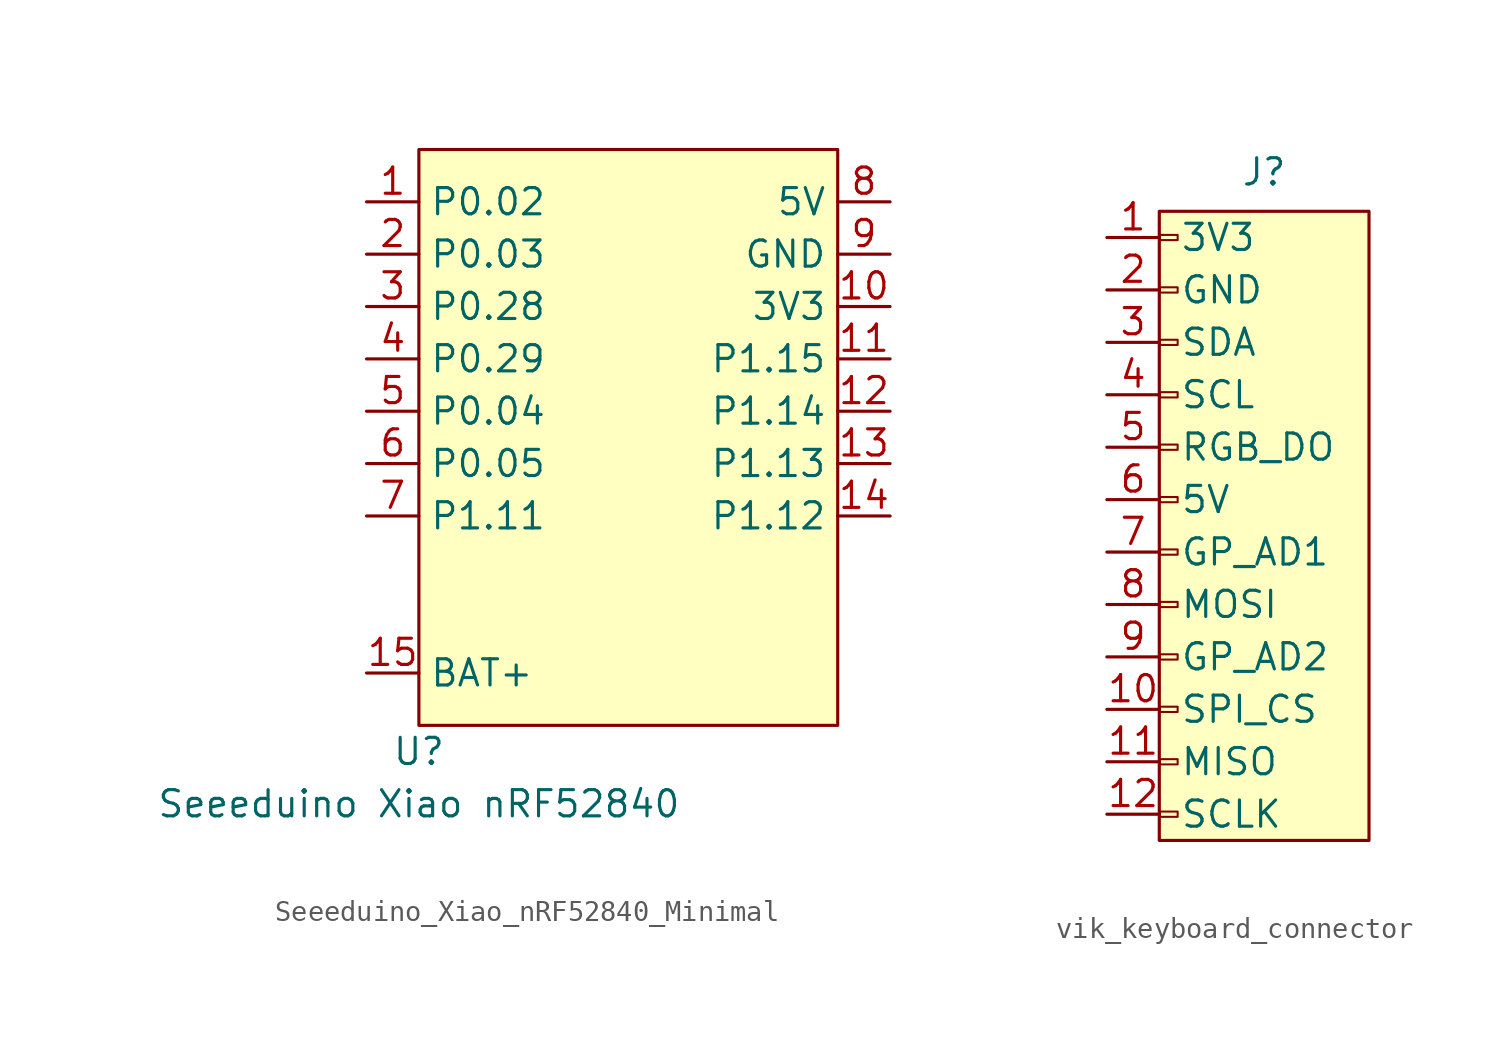
<source format=kicad_sym>
(kicad_symbol_lib
  (version 20231120)
  (generator "kicad_symbol_editor")
  (generator_version "8.0")
  (symbol "Seeeduino_Xiao_nRF52840_Minimal"
    (property "Reference" "U"
      (at -10.16 -12.7 0)
      (effects (font (size 1.27 1.27))))
    (property "Value" "Seeeduino Xiao nRF52840"
      (at -10.16 -15.24 0)
      (effects (font (size 1.27 1.27))))
    (symbol "Seeeduino_Xiao_nRF52840_Minimal_1_0"
      (pin bidirectional line (at -12.7 13.97 0) (length 2.54) (name "P0.02" (effects (font (size 1.27 1.27)))) (number "1" (effects (font (size 1.27 1.27)))))
      (pin power_out line (at 12.7 8.89 180) (length 2.54) (name "3V3" (effects (font (size 1.27 1.27)))) (number "10" (effects (font (size 1.27 1.27)))))
      (pin bidirectional line (at 12.7 6.35 180) (length 2.54) (name "P1.15" (effects (font (size 1.27 1.27)))) (number "11" (effects (font (size 1.27 1.27)))))
      (pin bidirectional line (at 12.7 3.81 180) (length 2.54) (name "P1.14" (effects (font (size 1.27 1.27)))) (number "12" (effects (font (size 1.27 1.27)))))
      (pin bidirectional line (at 12.7 1.27 180) (length 2.54) (name "P1.13" (effects (font (size 1.27 1.27)))) (number "13" (effects (font (size 1.27 1.27)))))
      (pin bidirectional line (at 12.7 -1.27 180) (length 2.54) (name "P1.12" (effects (font (size 1.27 1.27)))) (number "14" (effects (font (size 1.27 1.27)))))
      (pin power_in line (at -12.7 -8.89 0) (length 2.54) (name "BAT+" (effects (font (size 1.27 1.27)))) (number "15" (effects (font (size 1.27 1.27)))))
      (pin bidirectional line (at -12.7 11.43 0) (length 2.54) (name "P0.03" (effects (font (size 1.27 1.27)))) (number "2" (effects (font (size 1.27 1.27)))))
      (pin bidirectional line (at -12.7 8.89 0) (length 2.54) (name "P0.28" (effects (font (size 1.27 1.27)))) (number "3" (effects (font (size 1.27 1.27)))))
      (pin bidirectional line (at -12.7 6.35 0) (length 2.54) (name "P0.29" (effects (font (size 1.27 1.27)))) (number "4" (effects (font (size 1.27 1.27)))))
      (pin bidirectional line (at -12.7 3.81 0) (length 2.54) (name "P0.04" (effects (font (size 1.27 1.27)))) (number "5" (effects (font (size 1.27 1.27)))))
      (pin bidirectional line (at -12.7 1.27 0) (length 2.54) (name "P0.05" (effects (font (size 1.27 1.27)))) (number "6" (effects (font (size 1.27 1.27)))))
      (pin bidirectional line (at -12.7 -1.27 0) (length 2.54) (name "P1.11" (effects (font (size 1.27 1.27)))) (number "7" (effects (font (size 1.27 1.27)))))
      (pin power_out line (at 12.7 13.97 180) (length 2.54) (name "5V" (effects (font (size 1.27 1.27)))) (number "8" (effects (font (size 1.27 1.27)))))
      (pin power_out line (at 12.7 11.43 180) (length 2.54) (name "GND" (effects (font (size 1.27 1.27)))) (number "9" (effects (font (size 1.27 1.27))))))
    (symbol "Seeeduino_Xiao_nRF52840_Minimal_1_1"
      (rectangle (start -10.16 16.51) (end 10.16 -11.43) (stroke (width 0) (type default)) (fill (type background)))))
  (symbol "vik_keyboard_connector"
    (pin_names
      (offset 1))
    (property "Reference" "J"
      (at 0 15.875 0)
      (effects (font (size 1.27 1.27))))
    (property "Value" ""
      (at 0 6.35 0)
      (effects (font (size 1.27 1.27))))
    (symbol "vik_keyboard_connector_1_1"
      (rectangle (start -5.08 13.97) (end 5.08 -16.51) (stroke (width 0) (type default)) (fill (type background)))
      (rectangle (start -5.055 -15.113) (end -4.191 -15.367) (stroke (width 0.1) (type default)) (fill (type none)))
      (rectangle (start -5.055 -12.573) (end -4.191 -12.827) (stroke (width 0.1) (type default)) (fill (type none)))
      (rectangle (start -5.055 -10.033) (end -4.191 -10.287) (stroke (width 0.1) (type default)) (fill (type none)))
      (rectangle (start -5.055 -7.493) (end -4.191 -7.747) (stroke (width 0.1) (type default)) (fill (type none)))
      (rectangle (start -5.055 -4.953) (end -4.191 -5.207) (stroke (width 0.1) (type default)) (fill (type none)))
      (rectangle (start -5.055 -2.413) (end -4.191 -2.667) (stroke (width 0.1) (type default)) (fill (type none)))
      (rectangle (start -5.055 0.127) (end -4.191 -0.127) (stroke (width 0.1) (type default)) (fill (type none)))
      (rectangle (start -5.055 2.667) (end -4.191 2.413) (stroke (width 0.1) (type default)) (fill (type none)))
      (rectangle (start -5.055 5.207) (end -4.191 4.953) (stroke (width 0.1) (type default)) (fill (type none)))
      (rectangle (start -5.055 7.747) (end -4.191 7.493) (stroke (width 0.1) (type default)) (fill (type none)))
      (rectangle (start -5.055 10.287) (end -4.191 10.033) (stroke (width 0.1) (type default)) (fill (type none)))
      (rectangle (start -5.055 12.827) (end -4.191 12.573) (stroke (width 0.1) (type default)) (fill (type none)))
      (pin power_in line (at -7.62 12.7 0) (length 2.54) (name "3V3" (effects (font (size 1.27 1.27)))) (number "1" (effects (font (size 1.27 1.27)))))
      (pin input line (at -7.62 -10.16 0) (length 2.54) (name "SPI_CS" (effects (font (size 1.27 1.27)))) (number "10" (effects (font (size 1.27 1.27)))))
      (pin tri_state line (at -7.62 -12.7 0) (length 2.54) (name "MISO" (effects (font (size 1.27 1.27)))) (number "11" (effects (font (size 1.27 1.27)))))
      (pin input line (at -7.62 -15.24 0) (length 2.54) (name "SCLK" (effects (font (size 1.27 1.27)))) (number "12" (effects (font (size 1.27 1.27)))))
      (pin power_in line (at -7.62 10.16 0) (length 2.54) (name "GND" (effects (font (size 1.27 1.27)))) (number "2" (effects (font (size 1.27 1.27)))))
      (pin bidirectional line (at -7.62 7.62 0) (length 2.54) (name "SDA" (effects (font (size 1.27 1.27)))) (number "3" (effects (font (size 1.27 1.27)))))
      (pin bidirectional line (at -7.62 5.08 0) (length 2.54) (name "SCL" (effects (font (size 1.27 1.27)))) (number "4" (effects (font (size 1.27 1.27)))))
      (pin input line (at -7.62 2.54 0) (length 2.54) (name "RGB_DO" (effects (font (size 1.27 1.27)))) (number "5" (effects (font (size 1.27 1.27)))))
      (pin power_in line (at -7.62 0 0) (length 2.54) (name "5V" (effects (font (size 1.27 1.27)))) (number "6" (effects (font (size 1.27 1.27)))))
      (pin bidirectional line (at -7.62 -2.54 0) (length 2.54) (name "GP_AD1" (effects (font (size 1.27 1.27)))) (number "7" (effects (font (size 1.27 1.27)))))
      (pin input line (at -7.62 -5.08 0) (length 2.54) (name "MOSI" (effects (font (size 1.27 1.27)))) (number "8" (effects (font (size 1.27 1.27)))))
      (pin bidirectional line (at -7.62 -7.62 0) (length 2.54) (name "GP_AD2" (effects (font (size 1.27 1.27)))) (number "9" (effects (font (size 1.27 1.27))))))))
</source>
